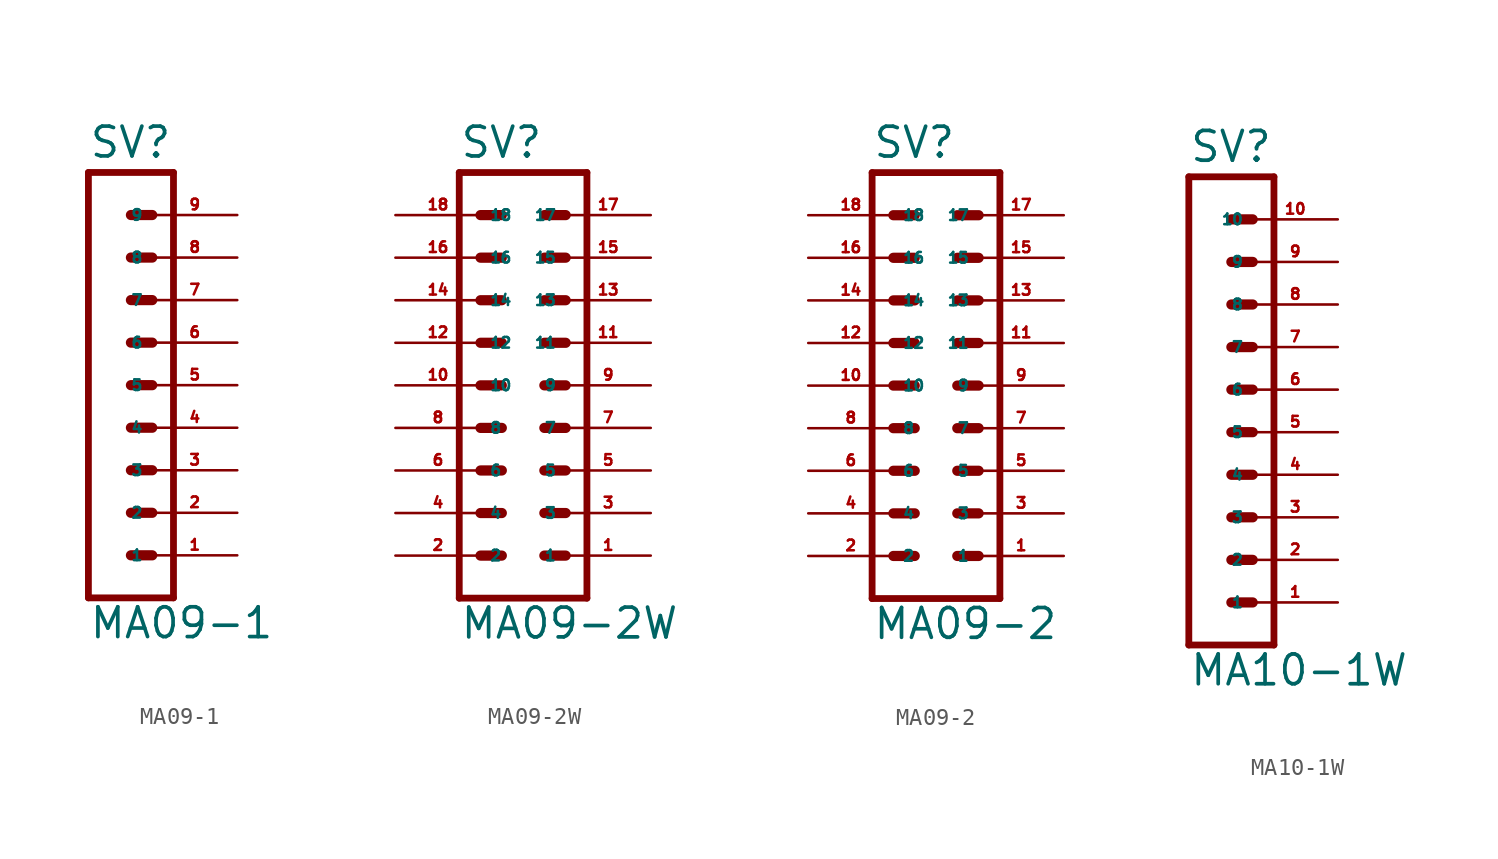
<source format=kicad_sym>
(kicad_symbol_lib
  (version 20220914)
  (generator Eagle2Kicad)
  (symbol "MA09-1"
    (property "Reference" "SV"
      (at -1.27 13.462 0)
      (effects (font (size 1.778 1.778) (thickness 0.22)) (justify left bottom)))
    (property "Value" "MA09-1"
      (at -1.27 -15.24 0)
      (effects (font (size 1.778 1.778) (thickness 0.22)) (justify left bottom)))
    (polyline
      (pts (xy 3.81 -12.7) (xy -1.27 -12.7))
      (stroke (width 0.406) (type default))
      (fill (type none)))
    (polyline
      (pts (xy 1.27 -5.08) (xy 2.54 -5.08))
      (stroke (width 0.61) (type default))
      (fill (type none)))
    (polyline
      (pts (xy 1.27 -7.62) (xy 2.54 -7.62))
      (stroke (width 0.61) (type default))
      (fill (type none)))
    (polyline
      (pts (xy 1.27 -10.16) (xy 2.54 -10.16))
      (stroke (width 0.61) (type default))
      (fill (type none)))
    (polyline
      (pts (xy 1.27 0) (xy 2.54 0))
      (stroke (width 0.61) (type default))
      (fill (type none)))
    (polyline
      (pts (xy 1.27 -2.54) (xy 2.54 -2.54))
      (stroke (width 0.61) (type default))
      (fill (type none)))
    (polyline
      (pts (xy 1.27 7.62) (xy 2.54 7.62))
      (stroke (width 0.61) (type default))
      (fill (type none)))
    (polyline
      (pts (xy 1.27 5.08) (xy 2.54 5.08))
      (stroke (width 0.61) (type default))
      (fill (type none)))
    (polyline
      (pts (xy 1.27 2.54) (xy 2.54 2.54))
      (stroke (width 0.61) (type default))
      (fill (type none)))
    (polyline
      (pts (xy 1.27 10.16) (xy 2.54 10.16))
      (stroke (width 0.61) (type default))
      (fill (type none)))
    (polyline
      (pts (xy -1.27 12.7) (xy -1.27 -12.7))
      (stroke (width 0.406) (type default))
      (fill (type none)))
    (polyline
      (pts (xy 3.81 -12.7) (xy 3.81 12.7))
      (stroke (width 0.406) (type default))
      (fill (type none)))
    (polyline
      (pts (xy -1.27 12.7) (xy 3.81 12.7))
      (stroke (width 0.406) (type default))
      (fill (type none)))
    (pin passive line
      (at 7.62 -10.16 180)
      (length 5.08)
      (name "1" (effects (font (size 0.635 0.635) (thickness 0.08)) (justify left bottom)))
      (number "1" (effects (font (size 0.635 0.635) (thickness 0.08)) (justify left bottom))))
    (pin passive line
      (at 7.62 -7.62 180)
      (length 5.08)
      (name "2" (effects (font (size 0.635 0.635) (thickness 0.08)) (justify left bottom)))
      (number "2" (effects (font (size 0.635 0.635) (thickness 0.08)) (justify left bottom))))
    (pin passive line
      (at 7.62 -5.08 180)
      (length 5.08)
      (name "3" (effects (font (size 0.635 0.635) (thickness 0.08)) (justify left bottom)))
      (number "3" (effects (font (size 0.635 0.635) (thickness 0.08)) (justify left bottom))))
    (pin passive line
      (at 7.62 -2.54 180)
      (length 5.08)
      (name "4" (effects (font (size 0.635 0.635) (thickness 0.08)) (justify left bottom)))
      (number "4" (effects (font (size 0.635 0.635) (thickness 0.08)) (justify left bottom))))
    (pin passive line
      (at 7.62 0 180)
      (length 5.08)
      (name "5" (effects (font (size 0.635 0.635) (thickness 0.08)) (justify left bottom)))
      (number "5" (effects (font (size 0.635 0.635) (thickness 0.08)) (justify left bottom))))
    (pin passive line
      (at 7.62 2.54 180)
      (length 5.08)
      (name "6" (effects (font (size 0.635 0.635) (thickness 0.08)) (justify left bottom)))
      (number "6" (effects (font (size 0.635 0.635) (thickness 0.08)) (justify left bottom))))
    (pin passive line
      (at 7.62 5.08 180)
      (length 5.08)
      (name "7" (effects (font (size 0.635 0.635) (thickness 0.08)) (justify left bottom)))
      (number "7" (effects (font (size 0.635 0.635) (thickness 0.08)) (justify left bottom))))
    (pin passive line
      (at 7.62 7.62 180)
      (length 5.08)
      (name "8" (effects (font (size 0.635 0.635) (thickness 0.08)) (justify left bottom)))
      (number "8" (effects (font (size 0.635 0.635) (thickness 0.08)) (justify left bottom))))
    (pin passive line
      (at 7.62 10.16 180)
      (length 5.08)
      (name "9" (effects (font (size 0.635 0.635) (thickness 0.08)) (justify left bottom)))
      (number "9" (effects (font (size 0.635 0.635) (thickness 0.08)) (justify left bottom)))))
  (symbol "MA09-2W"
    (property "Reference" "SV"
      (at -3.81 13.462 0)
      (effects (font (size 1.778 1.778) (thickness 0.22)) (justify left bottom)))
    (property "Value" "MA09-2W"
      (at -3.81 -15.24 0)
      (effects (font (size 1.778 1.778) (thickness 0.22)) (justify left bottom)))
    (polyline
      (pts (xy 3.81 -12.7) (xy -3.81 -12.7))
      (stroke (width 0.406) (type default))
      (fill (type none)))
    (polyline
      (pts (xy 1.27 -5.08) (xy 2.54 -5.08))
      (stroke (width 0.61) (type default))
      (fill (type none)))
    (polyline
      (pts (xy 1.27 -7.62) (xy 2.54 -7.62))
      (stroke (width 0.61) (type default))
      (fill (type none)))
    (polyline
      (pts (xy 1.27 -10.16) (xy 2.54 -10.16))
      (stroke (width 0.61) (type default))
      (fill (type none)))
    (polyline
      (pts (xy -2.54 -5.08) (xy -1.27 -5.08))
      (stroke (width 0.61) (type default))
      (fill (type none)))
    (polyline
      (pts (xy -2.54 -7.62) (xy -1.27 -7.62))
      (stroke (width 0.61) (type default))
      (fill (type none)))
    (polyline
      (pts (xy -2.54 -10.16) (xy -1.27 -10.16))
      (stroke (width 0.61) (type default))
      (fill (type none)))
    (polyline
      (pts (xy 1.27 0) (xy 2.54 0))
      (stroke (width 0.61) (type default))
      (fill (type none)))
    (polyline
      (pts (xy 1.27 -2.54) (xy 2.54 -2.54))
      (stroke (width 0.61) (type default))
      (fill (type none)))
    (polyline
      (pts (xy -2.54 0) (xy -1.27 0))
      (stroke (width 0.61) (type default))
      (fill (type none)))
    (polyline
      (pts (xy -2.54 -2.54) (xy -1.27 -2.54))
      (stroke (width 0.61) (type default))
      (fill (type none)))
    (polyline
      (pts (xy 1.27 7.62) (xy 2.54 7.62))
      (stroke (width 0.61) (type default))
      (fill (type none)))
    (polyline
      (pts (xy 1.27 5.08) (xy 2.54 5.08))
      (stroke (width 0.61) (type default))
      (fill (type none)))
    (polyline
      (pts (xy 1.27 2.54) (xy 2.54 2.54))
      (stroke (width 0.61) (type default))
      (fill (type none)))
    (polyline
      (pts (xy -2.54 7.62) (xy -1.27 7.62))
      (stroke (width 0.61) (type default))
      (fill (type none)))
    (polyline
      (pts (xy -2.54 5.08) (xy -1.27 5.08))
      (stroke (width 0.61) (type default))
      (fill (type none)))
    (polyline
      (pts (xy -2.54 2.54) (xy -1.27 2.54))
      (stroke (width 0.61) (type default))
      (fill (type none)))
    (polyline
      (pts (xy -3.81 12.7) (xy -3.81 -12.7))
      (stroke (width 0.406) (type default))
      (fill (type none)))
    (polyline
      (pts (xy 3.81 -12.7) (xy 3.81 12.7))
      (stroke (width 0.406) (type default))
      (fill (type none)))
    (polyline
      (pts (xy -3.81 12.7) (xy 3.81 12.7))
      (stroke (width 0.406) (type default))
      (fill (type none)))
    (polyline
      (pts (xy 1.27 10.16) (xy 2.54 10.16))
      (stroke (width 0.61) (type default))
      (fill (type none)))
    (polyline
      (pts (xy -2.54 10.16) (xy -1.27 10.16))
      (stroke (width 0.61) (type default))
      (fill (type none)))
    (pin passive line
      (at 7.62 -10.16 180)
      (length 5.08)
      (name "1" (effects (font (size 0.635 0.635) (thickness 0.08)) (justify left bottom)))
      (number "1" (effects (font (size 0.635 0.635) (thickness 0.08)) (justify left bottom))))
    (pin passive line
      (at 7.62 -7.62 180)
      (length 5.08)
      (name "3" (effects (font (size 0.635 0.635) (thickness 0.08)) (justify left bottom)))
      (number "3" (effects (font (size 0.635 0.635) (thickness 0.08)) (justify left bottom))))
    (pin passive line
      (at 7.62 -5.08 180)
      (length 5.08)
      (name "5" (effects (font (size 0.635 0.635) (thickness 0.08)) (justify left bottom)))
      (number "5" (effects (font (size 0.635 0.635) (thickness 0.08)) (justify left bottom))))
    (pin passive line
      (at -7.62 -10.16 0)
      (length 5.08)
      (name "2" (effects (font (size 0.635 0.635) (thickness 0.08)) (justify left bottom)))
      (number "2" (effects (font (size 0.635 0.635) (thickness 0.08)) (justify left bottom))))
    (pin passive line
      (at -7.62 -7.62 0)
      (length 5.08)
      (name "4" (effects (font (size 0.635 0.635) (thickness 0.08)) (justify left bottom)))
      (number "4" (effects (font (size 0.635 0.635) (thickness 0.08)) (justify left bottom))))
    (pin passive line
      (at -7.62 -5.08 0)
      (length 5.08)
      (name "6" (effects (font (size 0.635 0.635) (thickness 0.08)) (justify left bottom)))
      (number "6" (effects (font (size 0.635 0.635) (thickness 0.08)) (justify left bottom))))
    (pin passive line
      (at 7.62 -2.54 180)
      (length 5.08)
      (name "7" (effects (font (size 0.635 0.635) (thickness 0.08)) (justify left bottom)))
      (number "7" (effects (font (size 0.635 0.635) (thickness 0.08)) (justify left bottom))))
    (pin passive line
      (at 7.62 0 180)
      (length 5.08)
      (name "9" (effects (font (size 0.635 0.635) (thickness 0.08)) (justify left bottom)))
      (number "9" (effects (font (size 0.635 0.635) (thickness 0.08)) (justify left bottom))))
    (pin passive line
      (at -7.62 -2.54 0)
      (length 5.08)
      (name "8" (effects (font (size 0.635 0.635) (thickness 0.08)) (justify left bottom)))
      (number "8" (effects (font (size 0.635 0.635) (thickness 0.08)) (justify left bottom))))
    (pin passive line
      (at -7.62 0 0)
      (length 5.08)
      (name "10" (effects (font (size 0.635 0.635) (thickness 0.08)) (justify left bottom)))
      (number "10" (effects (font (size 0.635 0.635) (thickness 0.08)) (justify left bottom))))
    (pin passive line
      (at 7.62 2.54 180)
      (length 5.08)
      (name "11" (effects (font (size 0.635 0.635) (thickness 0.08)) (justify left bottom)))
      (number "11" (effects (font (size 0.635 0.635) (thickness 0.08)) (justify left bottom))))
    (pin passive line
      (at 7.62 5.08 180)
      (length 5.08)
      (name "13" (effects (font (size 0.635 0.635) (thickness 0.08)) (justify left bottom)))
      (number "13" (effects (font (size 0.635 0.635) (thickness 0.08)) (justify left bottom))))
    (pin passive line
      (at 7.62 7.62 180)
      (length 5.08)
      (name "15" (effects (font (size 0.635 0.635) (thickness 0.08)) (justify left bottom)))
      (number "15" (effects (font (size 0.635 0.635) (thickness 0.08)) (justify left bottom))))
    (pin passive line
      (at -7.62 2.54 0)
      (length 5.08)
      (name "12" (effects (font (size 0.635 0.635) (thickness 0.08)) (justify left bottom)))
      (number "12" (effects (font (size 0.635 0.635) (thickness 0.08)) (justify left bottom))))
    (pin passive line
      (at -7.62 5.08 0)
      (length 5.08)
      (name "14" (effects (font (size 0.635 0.635) (thickness 0.08)) (justify left bottom)))
      (number "14" (effects (font (size 0.635 0.635) (thickness 0.08)) (justify left bottom))))
    (pin passive line
      (at -7.62 7.62 0)
      (length 5.08)
      (name "16" (effects (font (size 0.635 0.635) (thickness 0.08)) (justify left bottom)))
      (number "16" (effects (font (size 0.635 0.635) (thickness 0.08)) (justify left bottom))))
    (pin passive line
      (at 7.62 10.16 180)
      (length 5.08)
      (name "17" (effects (font (size 0.635 0.635) (thickness 0.08)) (justify left bottom)))
      (number "17" (effects (font (size 0.635 0.635) (thickness 0.08)) (justify left bottom))))
    (pin passive line
      (at -7.62 10.16 0)
      (length 5.08)
      (name "18" (effects (font (size 0.635 0.635) (thickness 0.08)) (justify left bottom)))
      (number "18" (effects (font (size 0.635 0.635) (thickness 0.08)) (justify left bottom)))))
  (symbol "MA09-2"
    (property "Reference" "SV"
      (at -3.81 13.462 0)
      (effects (font (size 1.778 1.778) (thickness 0.22)) (justify left bottom)))
    (property "Value" "MA09-2"
      (at -3.81 -15.24 0)
      (effects (font (size 1.778 1.778) (thickness 0.22)) (justify left bottom)))
    (polyline
      (pts (xy 3.81 -12.7) (xy -3.81 -12.7))
      (stroke (width 0.406) (type default))
      (fill (type none)))
    (polyline
      (pts (xy 1.27 -5.08) (xy 2.54 -5.08))
      (stroke (width 0.61) (type default))
      (fill (type none)))
    (polyline
      (pts (xy 1.27 -7.62) (xy 2.54 -7.62))
      (stroke (width 0.61) (type default))
      (fill (type none)))
    (polyline
      (pts (xy 1.27 -10.16) (xy 2.54 -10.16))
      (stroke (width 0.61) (type default))
      (fill (type none)))
    (polyline
      (pts (xy -2.54 -5.08) (xy -1.27 -5.08))
      (stroke (width 0.61) (type default))
      (fill (type none)))
    (polyline
      (pts (xy -2.54 -7.62) (xy -1.27 -7.62))
      (stroke (width 0.61) (type default))
      (fill (type none)))
    (polyline
      (pts (xy -2.54 -10.16) (xy -1.27 -10.16))
      (stroke (width 0.61) (type default))
      (fill (type none)))
    (polyline
      (pts (xy 1.27 0) (xy 2.54 0))
      (stroke (width 0.61) (type default))
      (fill (type none)))
    (polyline
      (pts (xy 1.27 -2.54) (xy 2.54 -2.54))
      (stroke (width 0.61) (type default))
      (fill (type none)))
    (polyline
      (pts (xy -2.54 0) (xy -1.27 0))
      (stroke (width 0.61) (type default))
      (fill (type none)))
    (polyline
      (pts (xy -2.54 -2.54) (xy -1.27 -2.54))
      (stroke (width 0.61) (type default))
      (fill (type none)))
    (polyline
      (pts (xy 1.27 7.62) (xy 2.54 7.62))
      (stroke (width 0.61) (type default))
      (fill (type none)))
    (polyline
      (pts (xy 1.27 5.08) (xy 2.54 5.08))
      (stroke (width 0.61) (type default))
      (fill (type none)))
    (polyline
      (pts (xy 1.27 2.54) (xy 2.54 2.54))
      (stroke (width 0.61) (type default))
      (fill (type none)))
    (polyline
      (pts (xy -2.54 7.62) (xy -1.27 7.62))
      (stroke (width 0.61) (type default))
      (fill (type none)))
    (polyline
      (pts (xy -2.54 5.08) (xy -1.27 5.08))
      (stroke (width 0.61) (type default))
      (fill (type none)))
    (polyline
      (pts (xy -2.54 2.54) (xy -1.27 2.54))
      (stroke (width 0.61) (type default))
      (fill (type none)))
    (polyline
      (pts (xy -3.81 12.7) (xy -3.81 -12.7))
      (stroke (width 0.406) (type default))
      (fill (type none)))
    (polyline
      (pts (xy 3.81 -12.7) (xy 3.81 12.7))
      (stroke (width 0.406) (type default))
      (fill (type none)))
    (polyline
      (pts (xy -3.81 12.7) (xy 3.81 12.7))
      (stroke (width 0.406) (type default))
      (fill (type none)))
    (polyline
      (pts (xy 1.27 10.16) (xy 2.54 10.16))
      (stroke (width 0.61) (type default))
      (fill (type none)))
    (polyline
      (pts (xy -2.54 10.16) (xy -1.27 10.16))
      (stroke (width 0.61) (type default))
      (fill (type none)))
    (pin passive line
      (at 7.62 -10.16 180)
      (length 5.08)
      (name "1" (effects (font (size 0.635 0.635) (thickness 0.08)) (justify left bottom)))
      (number "1" (effects (font (size 0.635 0.635) (thickness 0.08)) (justify left bottom))))
    (pin passive line
      (at 7.62 -7.62 180)
      (length 5.08)
      (name "3" (effects (font (size 0.635 0.635) (thickness 0.08)) (justify left bottom)))
      (number "3" (effects (font (size 0.635 0.635) (thickness 0.08)) (justify left bottom))))
    (pin passive line
      (at 7.62 -5.08 180)
      (length 5.08)
      (name "5" (effects (font (size 0.635 0.635) (thickness 0.08)) (justify left bottom)))
      (number "5" (effects (font (size 0.635 0.635) (thickness 0.08)) (justify left bottom))))
    (pin passive line
      (at -7.62 -10.16 0)
      (length 5.08)
      (name "2" (effects (font (size 0.635 0.635) (thickness 0.08)) (justify left bottom)))
      (number "2" (effects (font (size 0.635 0.635) (thickness 0.08)) (justify left bottom))))
    (pin passive line
      (at -7.62 -7.62 0)
      (length 5.08)
      (name "4" (effects (font (size 0.635 0.635) (thickness 0.08)) (justify left bottom)))
      (number "4" (effects (font (size 0.635 0.635) (thickness 0.08)) (justify left bottom))))
    (pin passive line
      (at -7.62 -5.08 0)
      (length 5.08)
      (name "6" (effects (font (size 0.635 0.635) (thickness 0.08)) (justify left bottom)))
      (number "6" (effects (font (size 0.635 0.635) (thickness 0.08)) (justify left bottom))))
    (pin passive line
      (at 7.62 -2.54 180)
      (length 5.08)
      (name "7" (effects (font (size 0.635 0.635) (thickness 0.08)) (justify left bottom)))
      (number "7" (effects (font (size 0.635 0.635) (thickness 0.08)) (justify left bottom))))
    (pin passive line
      (at 7.62 0 180)
      (length 5.08)
      (name "9" (effects (font (size 0.635 0.635) (thickness 0.08)) (justify left bottom)))
      (number "9" (effects (font (size 0.635 0.635) (thickness 0.08)) (justify left bottom))))
    (pin passive line
      (at -7.62 -2.54 0)
      (length 5.08)
      (name "8" (effects (font (size 0.635 0.635) (thickness 0.08)) (justify left bottom)))
      (number "8" (effects (font (size 0.635 0.635) (thickness 0.08)) (justify left bottom))))
    (pin passive line
      (at -7.62 0 0)
      (length 5.08)
      (name "10" (effects (font (size 0.635 0.635) (thickness 0.08)) (justify left bottom)))
      (number "10" (effects (font (size 0.635 0.635) (thickness 0.08)) (justify left bottom))))
    (pin passive line
      (at 7.62 2.54 180)
      (length 5.08)
      (name "11" (effects (font (size 0.635 0.635) (thickness 0.08)) (justify left bottom)))
      (number "11" (effects (font (size 0.635 0.635) (thickness 0.08)) (justify left bottom))))
    (pin passive line
      (at 7.62 5.08 180)
      (length 5.08)
      (name "13" (effects (font (size 0.635 0.635) (thickness 0.08)) (justify left bottom)))
      (number "13" (effects (font (size 0.635 0.635) (thickness 0.08)) (justify left bottom))))
    (pin passive line
      (at 7.62 7.62 180)
      (length 5.08)
      (name "15" (effects (font (size 0.635 0.635) (thickness 0.08)) (justify left bottom)))
      (number "15" (effects (font (size 0.635 0.635) (thickness 0.08)) (justify left bottom))))
    (pin passive line
      (at -7.62 2.54 0)
      (length 5.08)
      (name "12" (effects (font (size 0.635 0.635) (thickness 0.08)) (justify left bottom)))
      (number "12" (effects (font (size 0.635 0.635) (thickness 0.08)) (justify left bottom))))
    (pin passive line
      (at -7.62 5.08 0)
      (length 5.08)
      (name "14" (effects (font (size 0.635 0.635) (thickness 0.08)) (justify left bottom)))
      (number "14" (effects (font (size 0.635 0.635) (thickness 0.08)) (justify left bottom))))
    (pin passive line
      (at -7.62 7.62 0)
      (length 5.08)
      (name "16" (effects (font (size 0.635 0.635) (thickness 0.08)) (justify left bottom)))
      (number "16" (effects (font (size 0.635 0.635) (thickness 0.08)) (justify left bottom))))
    (pin passive line
      (at 7.62 10.16 180)
      (length 5.08)
      (name "17" (effects (font (size 0.635 0.635) (thickness 0.08)) (justify left bottom)))
      (number "17" (effects (font (size 0.635 0.635) (thickness 0.08)) (justify left bottom))))
    (pin passive line
      (at -7.62 10.16 0)
      (length 5.08)
      (name "18" (effects (font (size 0.635 0.635) (thickness 0.08)) (justify left bottom)))
      (number "18" (effects (font (size 0.635 0.635) (thickness 0.08)) (justify left bottom)))))
  (symbol "MA10-1W"
    (property "Reference" "SV"
      (at -1.27 16.002 0)
      (effects (font (size 1.778 1.778) (thickness 0.22)) (justify left bottom)))
    (property "Value" "MA10-1W"
      (at -1.27 -15.24 0)
      (effects (font (size 1.778 1.778) (thickness 0.22)) (justify left bottom)))
    (polyline
      (pts (xy 3.81 -12.7) (xy -1.27 -12.7))
      (stroke (width 0.406) (type default))
      (fill (type none)))
    (polyline
      (pts (xy 1.27 -5.08) (xy 2.54 -5.08))
      (stroke (width 0.61) (type default))
      (fill (type none)))
    (polyline
      (pts (xy 1.27 -7.62) (xy 2.54 -7.62))
      (stroke (width 0.61) (type default))
      (fill (type none)))
    (polyline
      (pts (xy 1.27 -10.16) (xy 2.54 -10.16))
      (stroke (width 0.61) (type default))
      (fill (type none)))
    (polyline
      (pts (xy 1.27 0) (xy 2.54 0))
      (stroke (width 0.61) (type default))
      (fill (type none)))
    (polyline
      (pts (xy 1.27 -2.54) (xy 2.54 -2.54))
      (stroke (width 0.61) (type default))
      (fill (type none)))
    (polyline
      (pts (xy 1.27 7.62) (xy 2.54 7.62))
      (stroke (width 0.61) (type default))
      (fill (type none)))
    (polyline
      (pts (xy 1.27 5.08) (xy 2.54 5.08))
      (stroke (width 0.61) (type default))
      (fill (type none)))
    (polyline
      (pts (xy 1.27 2.54) (xy 2.54 2.54))
      (stroke (width 0.61) (type default))
      (fill (type none)))
    (polyline
      (pts (xy 1.27 12.7) (xy 2.54 12.7))
      (stroke (width 0.61) (type default))
      (fill (type none)))
    (polyline
      (pts (xy 1.27 10.16) (xy 2.54 10.16))
      (stroke (width 0.61) (type default))
      (fill (type none)))
    (polyline
      (pts (xy -1.27 15.24) (xy -1.27 -12.7))
      (stroke (width 0.406) (type default))
      (fill (type none)))
    (polyline
      (pts (xy 3.81 -12.7) (xy 3.81 15.24))
      (stroke (width 0.406) (type default))
      (fill (type none)))
    (polyline
      (pts (xy -1.27 15.24) (xy 3.81 15.24))
      (stroke (width 0.406) (type default))
      (fill (type none)))
    (pin passive line
      (at 7.62 -10.16 180)
      (length 5.08)
      (name "1" (effects (font (size 0.635 0.635) (thickness 0.08)) (justify left bottom)))
      (number "1" (effects (font (size 0.635 0.635) (thickness 0.08)) (justify left bottom))))
    (pin passive line
      (at 7.62 -7.62 180)
      (length 5.08)
      (name "2" (effects (font (size 0.635 0.635) (thickness 0.08)) (justify left bottom)))
      (number "2" (effects (font (size 0.635 0.635) (thickness 0.08)) (justify left bottom))))
    (pin passive line
      (at 7.62 -5.08 180)
      (length 5.08)
      (name "3" (effects (font (size 0.635 0.635) (thickness 0.08)) (justify left bottom)))
      (number "3" (effects (font (size 0.635 0.635) (thickness 0.08)) (justify left bottom))))
    (pin passive line
      (at 7.62 -2.54 180)
      (length 5.08)
      (name "4" (effects (font (size 0.635 0.635) (thickness 0.08)) (justify left bottom)))
      (number "4" (effects (font (size 0.635 0.635) (thickness 0.08)) (justify left bottom))))
    (pin passive line
      (at 7.62 0 180)
      (length 5.08)
      (name "5" (effects (font (size 0.635 0.635) (thickness 0.08)) (justify left bottom)))
      (number "5" (effects (font (size 0.635 0.635) (thickness 0.08)) (justify left bottom))))
    (pin passive line
      (at 7.62 2.54 180)
      (length 5.08)
      (name "6" (effects (font (size 0.635 0.635) (thickness 0.08)) (justify left bottom)))
      (number "6" (effects (font (size 0.635 0.635) (thickness 0.08)) (justify left bottom))))
    (pin passive line
      (at 7.62 5.08 180)
      (length 5.08)
      (name "7" (effects (font (size 0.635 0.635) (thickness 0.08)) (justify left bottom)))
      (number "7" (effects (font (size 0.635 0.635) (thickness 0.08)) (justify left bottom))))
    (pin passive line
      (at 7.62 7.62 180)
      (length 5.08)
      (name "8" (effects (font (size 0.635 0.635) (thickness 0.08)) (justify left bottom)))
      (number "8" (effects (font (size 0.635 0.635) (thickness 0.08)) (justify left bottom))))
    (pin passive line
      (at 7.62 10.16 180)
      (length 5.08)
      (name "9" (effects (font (size 0.635 0.635) (thickness 0.08)) (justify left bottom)))
      (number "9" (effects (font (size 0.635 0.635) (thickness 0.08)) (justify left bottom))))
    (pin passive line
      (at 7.62 12.7 180)
      (length 5.08)
      (name "10" (effects (font (size 0.635 0.635) (thickness 0.08)) (justify left bottom)))
      (number "10" (effects (font (size 0.635 0.635) (thickness 0.08)) (justify left bottom))))))
</source>
